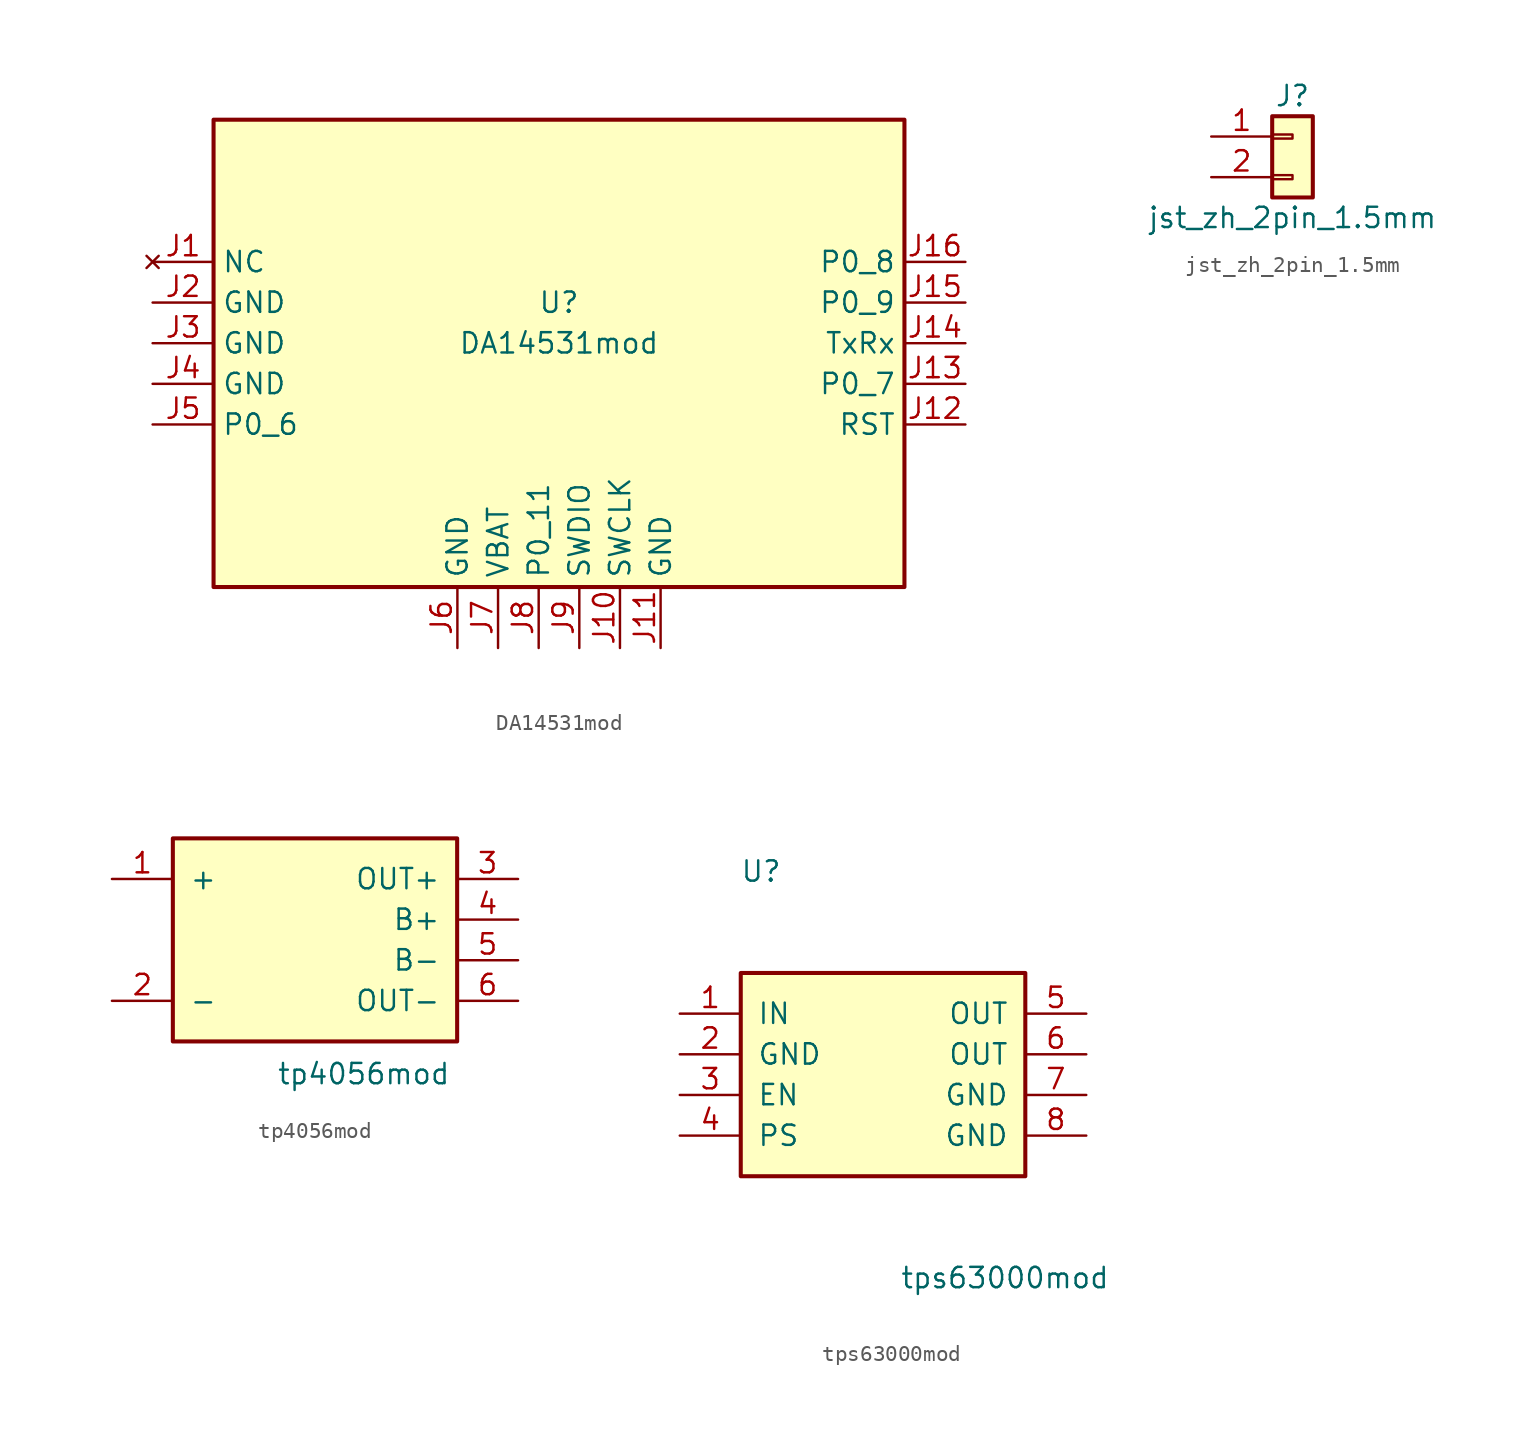
<source format=kicad_sym>
(kicad_symbol_lib
  (version 20241209)
  (generator "kicad_symbol_editor")
  (generator_version "9.0")
  (symbol "DA14531mod"
    (property "Reference" "U"
      (at 0 2.54 0)
      (effects (font (size 1.27 1.27))))
    (property "Value" "DA14531mod"
      (at 0 0 0)
      (effects (font (size 1.27 1.27))))
    (symbol "DA14531mod_1_1"
      (rectangle (start -21.59 13.97) (end 21.59 -15.24) (stroke (width 0.254) (type default)) (fill (type background)))
      (pin no_connect line (at -25.4 5.08 0) (length 3.81) (name "NC" (effects (font (size 1.27 1.27)))) (number "J1" (effects (font (size 1.27 1.27)))))
      (pin bidirectional line (at -25.4 2.54 0) (length 3.81) (name "GND" (effects (font (size 1.27 1.27)))) (number "J2" (effects (font (size 1.27 1.27)))))
      (pin bidirectional line (at -25.4 0 0) (length 3.81) (name "GND" (effects (font (size 1.27 1.27)))) (number "J3" (effects (font (size 1.27 1.27)))))
      (pin bidirectional line (at -25.4 -2.54 0) (length 3.81) (name "GND" (effects (font (size 1.27 1.27)))) (number "J4" (effects (font (size 1.27 1.27)))))
      (pin bidirectional line (at -25.4 -5.08 0) (length 3.81) (name "P0_6" (effects (font (size 1.27 1.27)))) (number "J5" (effects (font (size 1.27 1.27)))))
      (pin power_in line (at -6.35 -19.05 90) (length 3.81) (name "GND" (effects (font (size 1.27 1.27)))) (number "J6" (effects (font (size 1.27 1.27)))))
      (pin power_in line (at -3.81 -19.05 90) (length 3.81) (name "VBAT" (effects (font (size 1.27 1.27)))) (number "J7" (effects (font (size 1.27 1.27)))))
      (pin input line (at -1.27 -19.05 90) (length 3.81) (name "P0_11" (effects (font (size 1.27 1.27)))) (number "J8" (effects (font (size 1.27 1.27)))))
      (pin bidirectional line (at 1.27 -19.05 90) (length 3.81) (name "SWDIO" (effects (font (size 1.27 1.27)))) (number "J9" (effects (font (size 1.27 1.27)))))
      (pin input line (at 3.81 -19.05 90) (length 3.81) (name "SWCLK" (effects (font (size 1.27 1.27)))) (number "J10" (effects (font (size 1.27 1.27)))))
      (pin input line (at 6.35 -19.05 90) (length 3.81) (name "GND" (effects (font (size 1.27 1.27)))) (number "J11" (effects (font (size 1.27 1.27)))))
      (pin bidirectional line (at 25.4 5.08 180) (length 3.81) (name "P0_8" (effects (font (size 1.27 1.27)))) (number "J16" (effects (font (size 1.27 1.27)))))
      (pin bidirectional line (at 25.4 2.54 180) (length 3.81) (name "P0_9" (effects (font (size 1.27 1.27)))) (number "J15" (effects (font (size 1.27 1.27)))))
      (pin bidirectional line (at 25.4 0 180) (length 3.81) (name "TxRx" (effects (font (size 1.27 1.27)))) (number "J14" (effects (font (size 1.27 1.27)))))
      (pin bidirectional line (at 25.4 -2.54 180) (length 3.81) (name "P0_7" (effects (font (size 1.27 1.27)))) (number "J13" (effects (font (size 1.27 1.27)))))
      (pin input line (at 25.4 -5.08 180) (length 3.81) (name "RST" (effects (font (size 1.27 1.27)))) (number "J12" (effects (font (size 1.27 1.27)))))))
  (symbol "jst_zh_2pin_1.5mm"
    (pin_names
      (offset 1.016)
      (hide yes))
    (property "Reference" "J"
      (at 0 2.54 0)
      (effects (font (size 1.27 1.27))))
    (property "Value" "jst_zh_2pin_1.5mm"
      (at 0 -5.08 0)
      (effects (font (size 1.27 1.27))))
    (symbol "jst_zh_2pin_1.5mm_1_1"
      (rectangle (start -1.27 1.27) (end 1.27 -3.81) (stroke (width 0.254) (type default)) (fill (type background)))
      (rectangle (start -1.27 0.127) (end 0 -0.127) (stroke (width 0.152) (type default)) (fill (type none)))
      (rectangle (start -1.27 -2.413) (end 0 -2.667) (stroke (width 0.152) (type default)) (fill (type none)))
      (pin passive line (at -5.08 0 0) (length 3.81) (name "Pin_1" (effects (font (size 1.27 1.27)))) (number "1" (effects (font (size 1.27 1.27)))))
      (pin passive line (at -5.08 -2.54 0) (length 3.81) (name "Pin_2" (effects (font (size 1.27 1.27)))) (number "2" (effects (font (size 1.27 1.27)))))))
  (symbol "tp4056mod"
    (pin_names
      (offset 1.016))
    (property "Reference" "U"
      (at -7.62 12.7 0)
      (effects (font (size 1.27 1.27)) (hide yes)))
    (property "Value" "tp4056mod"
      (at 3.048 -8.382 0)
      (effects (font (size 1.27 1.27))))
    (symbol "tp4056mod_0_1"
      (rectangle (start -8.89 6.35) (end 8.89 -6.35) (stroke (width 0.254) (type default)) (fill (type background))))
    (symbol "tp4056mod_1_1"
      (pin power_in line (at -12.7 3.81 0) (length 3.81) (name "+" (effects (font (size 1.27 1.27)))) (number "1" (effects (font (size 1.27 1.27)))))
      (pin power_in line (at -12.7 -3.81 0) (length 3.81) (name "-" (effects (font (size 1.27 1.27)))) (number "2" (effects (font (size 1.27 1.27)))))
      (pin power_out line (at 12.7 3.81 180) (length 3.81) (name "OUT+" (effects (font (size 1.27 1.27)))) (number "3" (effects (font (size 1.27 1.27)))))
      (pin power_in line (at 12.7 1.27 180) (length 3.81) (name "B+" (effects (font (size 1.27 1.27)))) (number "4" (effects (font (size 1.27 1.27)))))
      (pin power_in line (at 12.7 -1.27 180) (length 3.81) (name "B-" (effects (font (size 1.27 1.27)))) (number "5" (effects (font (size 1.27 1.27)))))
      (pin power_out line (at 12.7 -3.81 180) (length 3.81) (name "OUT-" (effects (font (size 1.27 1.27)))) (number "6" (effects (font (size 1.27 1.27)))))))
  (symbol "tps63000mod"
    (pin_names
      (offset 1.016))
    (property "Reference" "U"
      (at -7.62 12.7 0)
      (effects (font (size 1.27 1.27))))
    (property "Value" "tps63000mod"
      (at 7.62 -12.7 0)
      (effects (font (size 1.27 1.27))))
    (symbol "tps63000mod_0_1"
      (rectangle (start -8.89 6.35) (end 8.89 -6.35) (stroke (width 0.254) (type default)) (fill (type background))))
    (symbol "tps63000mod_1_1"
      (pin power_in line (at -12.7 3.81 0) (length 3.81) (name "IN" (effects (font (size 1.27 1.27)))) (number "1" (effects (font (size 1.27 1.27)))))
      (pin power_in line (at -12.7 1.27 0) (length 3.81) (name "GND" (effects (font (size 1.27 1.27)))) (number "2" (effects (font (size 1.27 1.27)))))
      (pin input line (at -12.7 -1.27 0) (length 3.81) (name "EN" (effects (font (size 1.27 1.27)))) (number "3" (effects (font (size 1.27 1.27)))))
      (pin input line (at -12.7 -3.81 0) (length 3.81) (name "PS" (effects (font (size 1.27 1.27)))) (number "4" (effects (font (size 1.27 1.27)))))
      (pin power_out line (at 12.7 3.81 180) (length 3.81) (name "OUT" (effects (font (size 1.27 1.27)))) (number "5" (effects (font (size 1.27 1.27)))))
      (pin power_out line (at 12.7 1.27 180) (length 3.81) (name "OUT" (effects (font (size 1.27 1.27)))) (number "6" (effects (font (size 1.27 1.27)))))
      (pin power_out line (at 12.7 -1.27 180) (length 3.81) (name "GND" (effects (font (size 1.27 1.27)))) (number "7" (effects (font (size 1.27 1.27)))))
      (pin power_out line (at 12.7 -3.81 180) (length 3.81) (name "GND" (effects (font (size 1.27 1.27)))) (number "8" (effects (font (size 1.27 1.27))))))))
</source>
